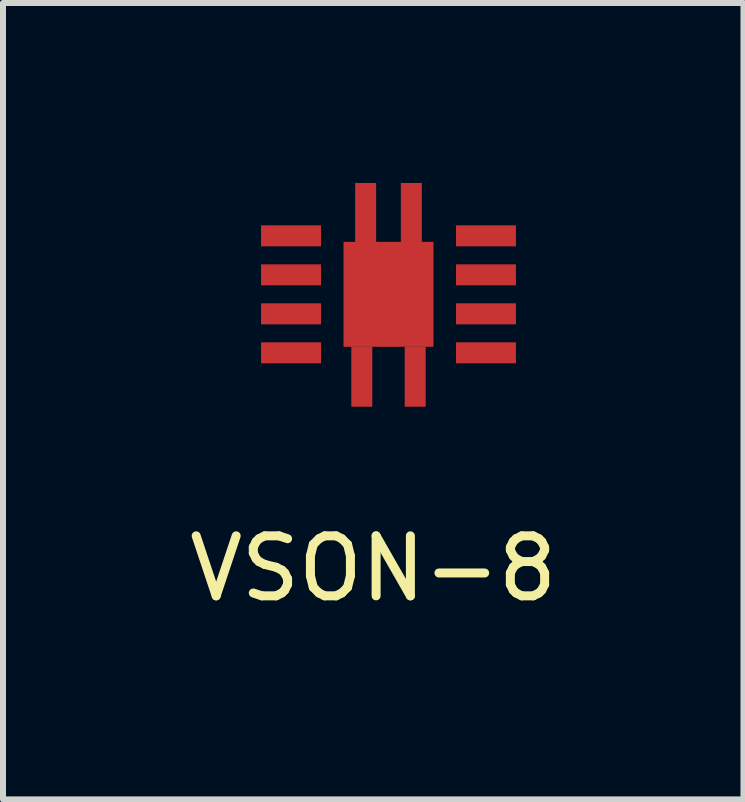
<source format=kicad_pcb>
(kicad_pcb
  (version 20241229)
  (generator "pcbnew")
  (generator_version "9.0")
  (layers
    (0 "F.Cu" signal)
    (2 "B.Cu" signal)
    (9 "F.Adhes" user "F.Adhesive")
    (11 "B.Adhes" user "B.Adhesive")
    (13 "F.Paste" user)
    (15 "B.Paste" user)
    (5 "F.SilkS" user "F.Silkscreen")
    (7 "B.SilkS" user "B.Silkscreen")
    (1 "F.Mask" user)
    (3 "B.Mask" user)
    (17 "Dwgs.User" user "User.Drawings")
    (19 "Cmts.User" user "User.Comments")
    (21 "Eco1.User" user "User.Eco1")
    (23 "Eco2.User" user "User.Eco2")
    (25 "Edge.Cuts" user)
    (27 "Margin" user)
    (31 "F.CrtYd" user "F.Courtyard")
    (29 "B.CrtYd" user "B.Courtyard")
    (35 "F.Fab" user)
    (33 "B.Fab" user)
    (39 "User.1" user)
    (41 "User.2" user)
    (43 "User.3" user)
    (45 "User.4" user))
  (footprint "VSON-8"
    (layer "F.Cu")
    (at 3.427 1.857)
    (property "Reference" "VSON-8" (at -0.254 4.572 0) (layer "F.SilkS") (effects (font (size 1 1) (thickness 0.15))))
    (attr through_hole)
    (pad "" smd rect (at -0.445 1.524 270) (size 1 0.35) (drill (offset -0.15 0)) (layers "F.Cu" "F.Mask" "F.Paste"))
    (pad "" smd rect (at -0.381 -1.206 270) (size 1 0.35) (drill (offset -0.15 0)) (layers "F.Cu" "F.Mask" "F.Paste"))
    (pad "" smd rect (at 0.381 -1.206 270) (size 1 0.35) (drill (offset -0.15 0)) (layers "F.Cu" "F.Mask" "F.Paste"))
    (pad "" smd rect (at 0.445 1.524 270) (size 1 0.35) (drill (offset -0.15 0)) (layers "F.Cu" "F.Mask" "F.Paste"))
    (pad "1" smd rect (at -1.475 -0.975) (size 1 0.35) (drill (offset -0.15 0)) (layers "F.Cu" "F.Mask" "F.Paste"))
    (pad "2" smd rect (at -1.475 -0.325) (size 1 0.35) (drill (offset -0.15 0)) (layers "F.Cu" "F.Mask" "F.Paste"))
    (pad "3" smd rect (at -1.475 0.325) (size 1 0.35) (drill (offset -0.15 0)) (layers "F.Cu" "F.Mask" "F.Paste"))
    (pad "4" smd rect (at -1.475 0.975) (size 1 0.35) (drill (offset -0.15 0)) (layers "F.Cu" "F.Mask" "F.Paste"))
    (pad "5" smd rect (at 1.475 0.975 180) (size 1 0.35) (drill (offset -0.15 0)) (layers "F.Cu" "F.Mask" "F.Paste"))
    (pad "6" smd rect (at 1.475 0.325 180) (size 1 0.35) (drill (offset -0.15 0)) (layers "F.Cu" "F.Mask" "F.Paste"))
    (pad "7" smd rect (at 0 0) (size 1.5 1.75) (layers "F.Cu" "F.Mask" "F.Paste"))
    (pad "7" smd rect (at 1.475 -0.325 180) (size 1 0.35) (drill (offset -0.15 0)) (layers "F.Cu" "F.Mask" "F.Paste"))
    (pad "8" smd rect (at 1.475 -0.975 180) (size 1 0.35) (drill (offset -0.15 0)) (layers "F.Cu" "F.Mask" "F.Paste")))
  (gr_rect
    (start -3 -3)
    (end 9.345 10.277)
    (stroke (width 0.1) (type default))
    (fill no)
    (layer "Edge.Cuts")))
</source>
